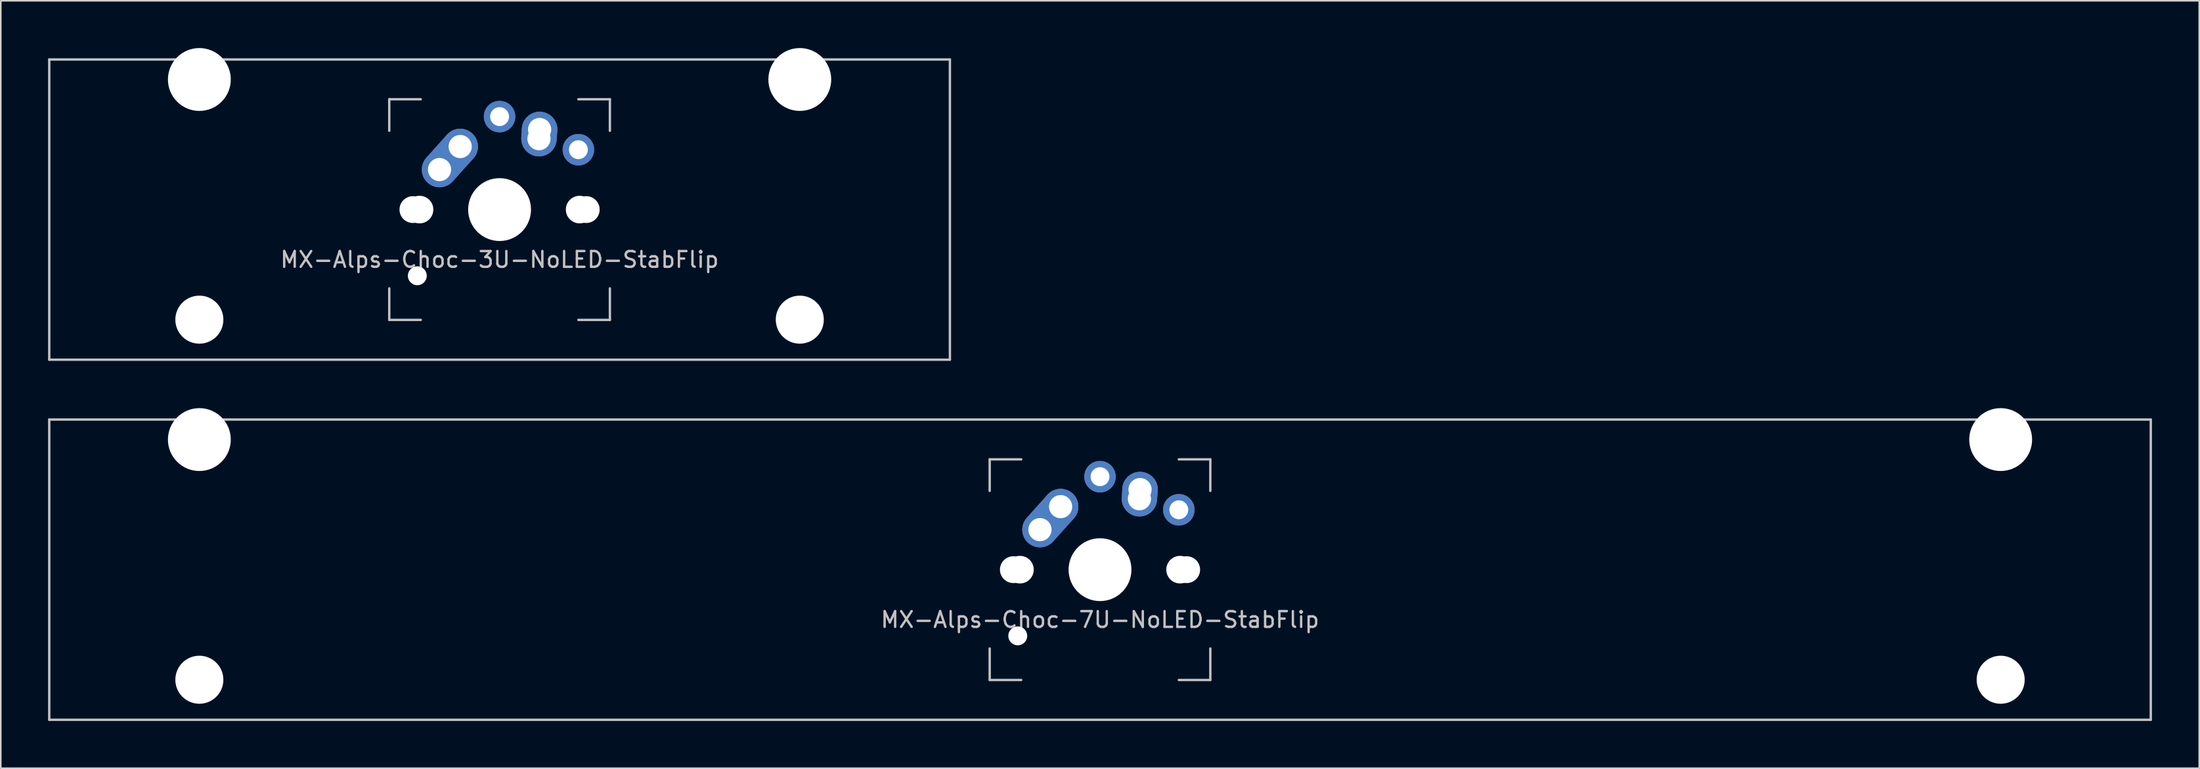
<source format=kicad_pcb>
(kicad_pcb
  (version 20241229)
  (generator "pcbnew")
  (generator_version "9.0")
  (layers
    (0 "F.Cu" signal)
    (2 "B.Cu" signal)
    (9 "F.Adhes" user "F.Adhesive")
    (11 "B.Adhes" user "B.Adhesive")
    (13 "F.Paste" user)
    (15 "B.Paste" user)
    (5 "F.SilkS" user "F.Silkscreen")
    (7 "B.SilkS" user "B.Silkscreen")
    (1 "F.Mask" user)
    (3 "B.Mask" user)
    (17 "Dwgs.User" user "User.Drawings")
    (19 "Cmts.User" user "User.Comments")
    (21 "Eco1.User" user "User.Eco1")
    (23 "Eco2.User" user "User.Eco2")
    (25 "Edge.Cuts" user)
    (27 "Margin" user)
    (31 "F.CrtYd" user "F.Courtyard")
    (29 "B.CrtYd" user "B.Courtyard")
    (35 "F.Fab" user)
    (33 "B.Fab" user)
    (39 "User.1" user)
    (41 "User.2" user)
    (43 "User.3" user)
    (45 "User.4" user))
  (footprint "MX-Alps-Choc-7U-NoLED-StabFlip"
    (layer "F.Cu")
    (at 66.75 33.098)
    (property "Reference" "MX-Alps-Choc-7U-NoLED-StabFlip" (at 0 3.175 0) (layer "Dwgs.User") (effects (font (size 1 1) (thickness 0.15))))
    (attr through_hole)
    (fp_line (start -66.675 -9.525) (end 66.675 -9.525) (stroke (width 0.15) (type solid)) (layer "Dwgs.User"))
    (fp_line (start -66.675 9.525) (end -66.675 -9.525) (stroke (width 0.15) (type solid)) (layer "Dwgs.User"))
    (fp_line (start -66.675 9.525) (end 66.675 9.525) (stroke (width 0.15) (type solid)) (layer "Dwgs.User"))
    (fp_line (start -7 -7) (end -7 -5) (stroke (width 0.15) (type solid)) (layer "Dwgs.User"))
    (fp_line (start -7 5) (end -7 7) (stroke (width 0.15) (type solid)) (layer "Dwgs.User"))
    (fp_line (start -7 7) (end -5 7) (stroke (width 0.15) (type solid)) (layer "Dwgs.User"))
    (fp_line (start -5 -7) (end -7 -7) (stroke (width 0.15) (type solid)) (layer "Dwgs.User"))
    (fp_line (start 5 -7) (end 7 -7) (stroke (width 0.15) (type solid)) (layer "Dwgs.User"))
    (fp_line (start 5 7) (end 7 7) (stroke (width 0.15) (type solid)) (layer "Dwgs.User"))
    (fp_line (start 7 -7) (end 7 -5) (stroke (width 0.15) (type solid)) (layer "Dwgs.User"))
    (fp_line (start 7 7) (end 7 5) (stroke (width 0.15) (type solid)) (layer "Dwgs.User"))
    (fp_line (start 66.675 -9.525) (end 66.675 9.525) (stroke (width 0.15) (type solid)) (layer "Dwgs.User"))
    (pad "" np_thru_hole circle (at -57.15 -8.255) (size 3.988 3.988) (drill 3.988) (layers "*.Cu" "*.Mask"))
    (pad "" np_thru_hole circle (at -57.15 6.985) (size 3.048 3.048) (drill 3.048) (layers "*.Cu" "*.Mask"))
    (pad "" np_thru_hole circle (at -5.5 0 48.1) (size 1.7 1.7) (drill 1.7) (layers "*.Cu" "*.Mask"))
    (pad "" np_thru_hole circle (at -5.22 4.2 48.1) (size 1.2 1.2) (drill 1.2) (layers "*.Cu" "*.Mask"))
    (pad "" np_thru_hole circle (at -5.08 0 48.1) (size 1.75 1.75) (drill 1.75) (layers "*.Cu" "*.Mask"))
    (pad "" np_thru_hole circle (at 0 0) (size 3.988 3.988) (drill 3.988) (layers "*.Cu" "*.Mask"))
    (pad "" np_thru_hole circle (at 5.08 0 48.1) (size 1.75 1.75) (drill 1.75) (layers "*.Cu" "*.Mask"))
    (pad "" np_thru_hole circle (at 5.5 0 48.1) (size 1.7 1.7) (drill 1.7) (layers "*.Cu" "*.Mask"))
    (pad "" np_thru_hole circle (at 57.15 -8.255) (size 3.988 3.988) (drill 3.988) (layers "*.Cu" "*.Mask"))
    (pad "" np_thru_hole circle (at 57.15 6.985) (size 3.048 3.048) (drill 3.048) (layers "*.Cu" "*.Mask"))
    (pad "1" thru_hole oval (at 2.5 -4.5 86.1) (size 2.831 2.25) (drill 1.47 (offset 0.291 0)) (layers "*.Cu" "*.Mask"))
    (pad "1" thru_hole circle (at 2.54 -5.08) (size 2.25 2.25) (drill 1.47) (layers "*.Cu" "*.Mask"))
    (pad "1" thru_hole circle (at 5 -3.8) (size 2 2) (drill 1.2) (layers "*.Cu" "*.Mask"))
    (pad "2" thru_hole oval (at -3.81 -2.54 48.1) (size 4.212 2.25) (drill 1.47 (offset 0.981 0)) (layers "*.Cu" "*.Mask"))
    (pad "2" thru_hole circle (at -2.5 -4) (size 2.25 2.25) (drill 1.47) (layers "*.Cu" "*.Mask"))
    (pad "2" thru_hole circle (at 0 -5.9) (size 2 2) (drill 1.2) (layers "*.Cu" "*.Mask")))
  (footprint "MX-Alps-Choc-3U-NoLED-StabFlip"
    (layer "F.Cu")
    (at 28.65 10.249)
    (property "Reference" "MX-Alps-Choc-3U-NoLED-StabFlip" (at 0 3.175 0) (layer "Dwgs.User") (effects (font (size 1 1) (thickness 0.15))))
    (attr through_hole)
    (fp_line (start -28.575 -9.525) (end 28.575 -9.525) (stroke (width 0.15) (type solid)) (layer "Dwgs.User"))
    (fp_line (start -28.575 9.525) (end -28.575 -9.525) (stroke (width 0.15) (type solid)) (layer "Dwgs.User"))
    (fp_line (start -28.575 9.525) (end 28.575 9.525) (stroke (width 0.15) (type solid)) (layer "Dwgs.User"))
    (fp_line (start -7 -7) (end -7 -5) (stroke (width 0.15) (type solid)) (layer "Dwgs.User"))
    (fp_line (start -7 5) (end -7 7) (stroke (width 0.15) (type solid)) (layer "Dwgs.User"))
    (fp_line (start -7 7) (end -5 7) (stroke (width 0.15) (type solid)) (layer "Dwgs.User"))
    (fp_line (start -5 -7) (end -7 -7) (stroke (width 0.15) (type solid)) (layer "Dwgs.User"))
    (fp_line (start 5 -7) (end 7 -7) (stroke (width 0.15) (type solid)) (layer "Dwgs.User"))
    (fp_line (start 5 7) (end 7 7) (stroke (width 0.15) (type solid)) (layer "Dwgs.User"))
    (fp_line (start 7 -7) (end 7 -5) (stroke (width 0.15) (type solid)) (layer "Dwgs.User"))
    (fp_line (start 7 7) (end 7 5) (stroke (width 0.15) (type solid)) (layer "Dwgs.User"))
    (fp_line (start 28.575 -9.525) (end 28.575 9.525) (stroke (width 0.15) (type solid)) (layer "Dwgs.User"))
    (pad "" np_thru_hole circle (at -19.05 -8.255) (size 3.988 3.988) (drill 3.988) (layers "*.Cu" "*.Mask"))
    (pad "" np_thru_hole circle (at -19.05 6.985) (size 3.048 3.048) (drill 3.048) (layers "*.Cu" "*.Mask"))
    (pad "" np_thru_hole circle (at -5.5 0 48.1) (size 1.7 1.7) (drill 1.7) (layers "*.Cu" "*.Mask"))
    (pad "" np_thru_hole circle (at -5.22 4.2 48.1) (size 1.2 1.2) (drill 1.2) (layers "*.Cu" "*.Mask"))
    (pad "" np_thru_hole circle (at -5.08 0 48.1) (size 1.75 1.75) (drill 1.75) (layers "*.Cu" "*.Mask"))
    (pad "" np_thru_hole circle (at 0 0) (size 3.988 3.988) (drill 3.988) (layers "*.Cu" "*.Mask"))
    (pad "" np_thru_hole circle (at 5.08 0 48.1) (size 1.75 1.75) (drill 1.75) (layers "*.Cu" "*.Mask"))
    (pad "" np_thru_hole circle (at 5.5 0 48.1) (size 1.7 1.7) (drill 1.7) (layers "*.Cu" "*.Mask"))
    (pad "" np_thru_hole circle (at 19.05 -8.255) (size 3.988 3.988) (drill 3.988) (layers "*.Cu" "*.Mask"))
    (pad "" np_thru_hole circle (at 19.05 6.985) (size 3.048 3.048) (drill 3.048) (layers "*.Cu" "*.Mask"))
    (pad "1" thru_hole oval (at 2.5 -4.5 86.1) (size 2.831 2.25) (drill 1.47 (offset 0.291 0)) (layers "*.Cu" "*.Mask"))
    (pad "1" thru_hole circle (at 2.54 -5.08) (size 2.25 2.25) (drill 1.47) (layers "*.Cu" "*.Mask"))
    (pad "1" thru_hole circle (at 5 -3.8) (size 2 2) (drill 1.2) (layers "*.Cu" "*.Mask"))
    (pad "2" thru_hole oval (at -3.81 -2.54 48.1) (size 4.212 2.25) (drill 1.47 (offset 0.981 0)) (layers "*.Cu" "*.Mask"))
    (pad "2" thru_hole circle (at -2.5 -4) (size 2.25 2.25) (drill 1.47) (layers "*.Cu" "*.Mask"))
    (pad "2" thru_hole circle (at 0 -5.9) (size 2 2) (drill 1.2) (layers "*.Cu" "*.Mask")))
  (gr_rect
    (start -3 -3)
    (end 136.5 45.698)
    (stroke (width 0.1) (type default))
    (fill no)
    (layer "Edge.Cuts")))
</source>
